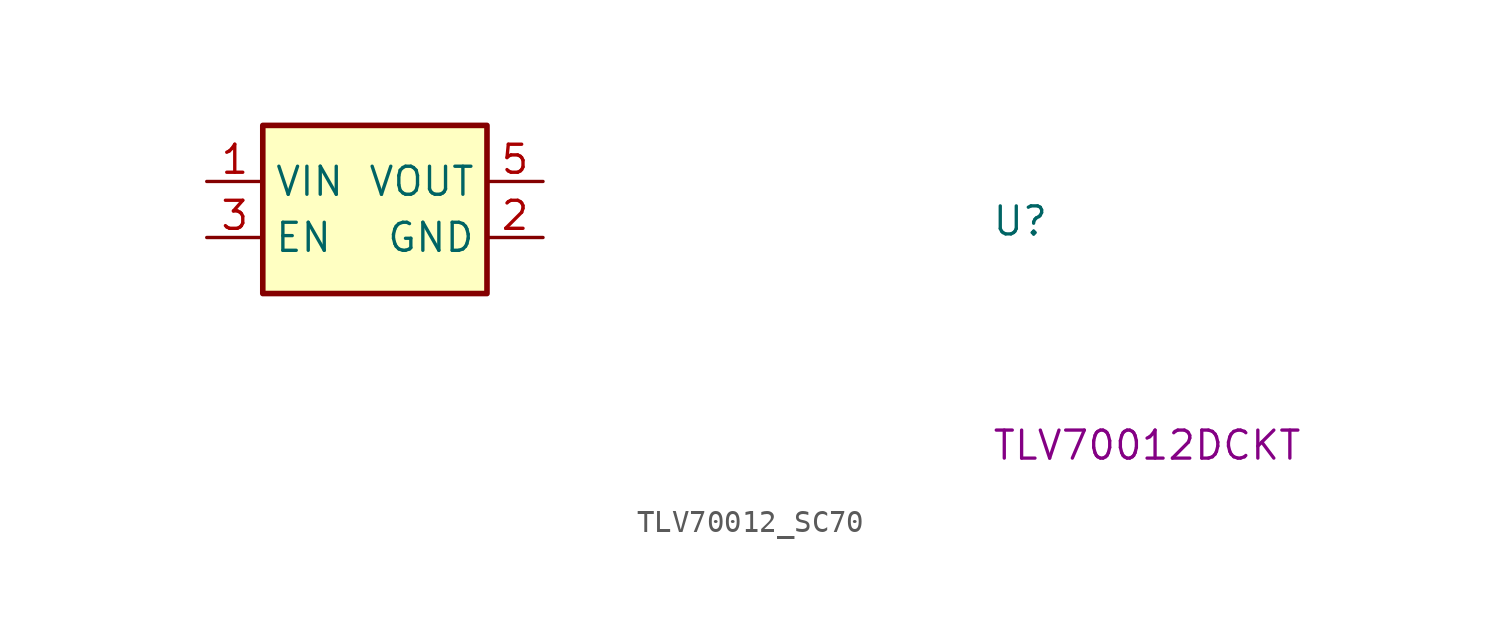
<source format=kicad_sym>
(kicad_symbol_lib
  (version 20211014)
  (generator kicad_symbol_editor)
  (symbol "TLV70012_SC70"
    (property "Reference" "U"
      (at 35.56 -2.54 0)
      (effects (font (size 1.27 1.27) (thickness 0.15)) (justify left bottom)))
    (property "MPN" "TLV70012DCKT"
      (at 35.56 -12.7 0)
      (effects (font (size 1.27 1.27) (thickness 0.15)) (justify left bottom)))
    (symbol "TLV70012_SC70_1_1"
      (rectangle (start 2.54 2.54) (end 12.7 -5.08) (stroke (width 0.254) (type default) (color 0 0 0 0)) (fill (type background)))
      (pin power_in line (at 0 0 0) (length 2.54) (name "VIN" (effects (font (size 1.27 1.27)))) (number "1" (effects (font (size 1.27 1.27)))))
      (pin power_in line (at 15.24 -2.54 180) (length 2.54) (name "GND" (effects (font (size 1.27 1.27)))) (number "2" (effects (font (size 1.27 1.27)))))
      (pin input line (at 0 -2.54 0) (length 2.54) (name "EN" (effects (font (size 1.27 1.27)))) (number "3" (effects (font (size 1.27 1.27)))))
      (pin no_connect line (at 2.54 -3.81 0) (length 2.54) hide (name "" (effects (font (size 1.27 1.27)))) (number "4" (effects (font (size 1.27 1.27)))))
      (pin power_out line (at 15.24 0 180) (length 2.54) (name "VOUT" (effects (font (size 1.27 1.27)))) (number "5" (effects (font (size 1.27 1.27))))))))
</source>
